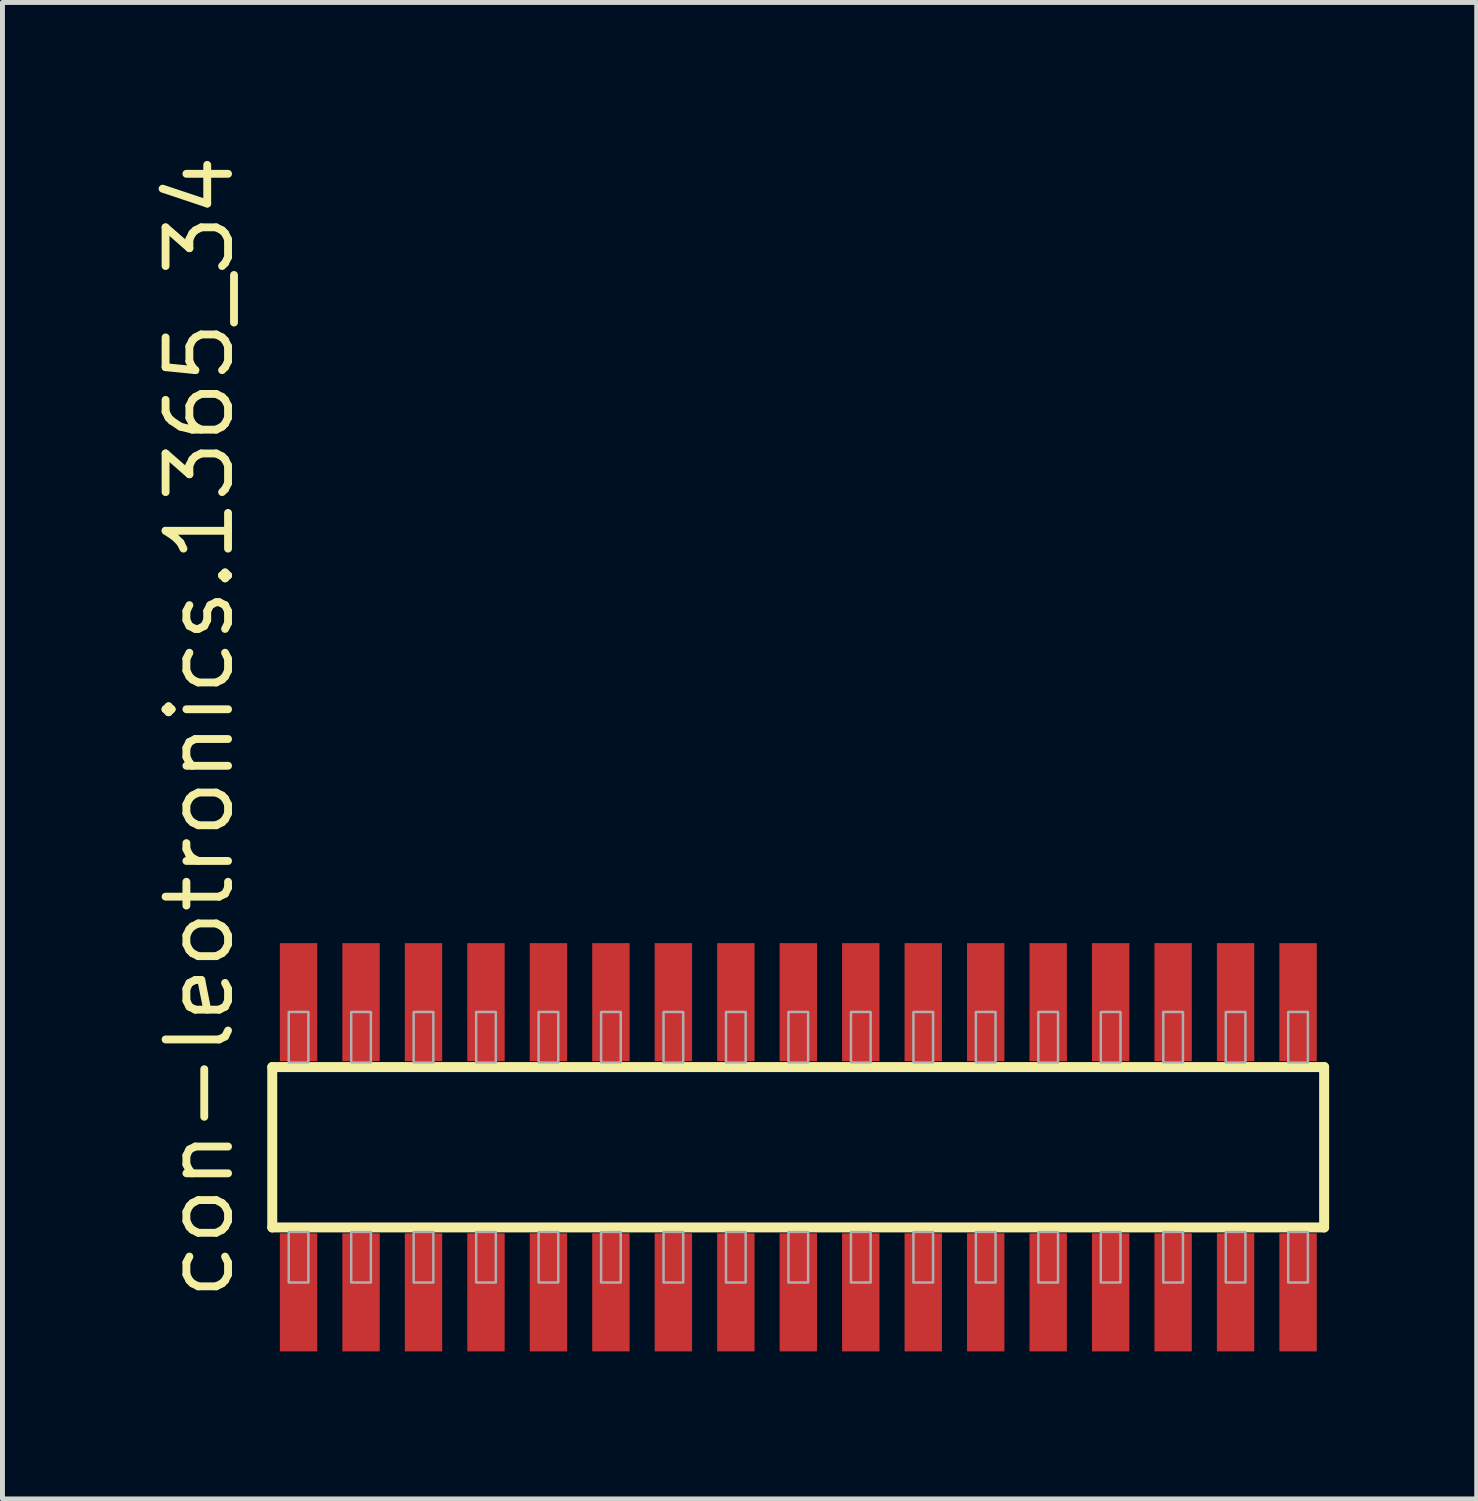
<source format=kicad_pcb>
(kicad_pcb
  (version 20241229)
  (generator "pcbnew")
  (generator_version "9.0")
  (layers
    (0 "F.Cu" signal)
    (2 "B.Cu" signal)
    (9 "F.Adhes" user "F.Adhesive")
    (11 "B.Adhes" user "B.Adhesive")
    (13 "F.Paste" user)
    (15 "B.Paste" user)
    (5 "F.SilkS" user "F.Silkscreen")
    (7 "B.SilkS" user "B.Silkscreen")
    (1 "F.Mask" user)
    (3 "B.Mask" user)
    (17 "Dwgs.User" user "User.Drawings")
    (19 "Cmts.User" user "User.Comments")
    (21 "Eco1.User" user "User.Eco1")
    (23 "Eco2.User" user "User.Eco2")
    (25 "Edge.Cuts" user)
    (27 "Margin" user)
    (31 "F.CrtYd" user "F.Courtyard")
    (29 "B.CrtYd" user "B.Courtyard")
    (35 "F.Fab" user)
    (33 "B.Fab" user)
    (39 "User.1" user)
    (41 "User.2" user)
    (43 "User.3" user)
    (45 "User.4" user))
  (footprint "con-leotronics.1365_34"
    (layer "F.Cu")
    (at 13.18 20.274)
    (property "Reference" "con-leotronics.1365_34" (at -11.43 3.175 90) (layer "F.SilkS") (effects (font (size 1.27 1.27) (thickness 0.16)) (justify left bottom)))
    (attr smd)
    (fp_line (start -10.695 -1.63) (end 10.69 -1.63) (stroke (width 0.203) (type default)) (layer "F.SilkS"))
    (fp_line (start -10.695 1.63) (end -10.695 -1.63) (stroke (width 0.203) (type default)) (layer "F.SilkS"))
    (fp_line (start 10.69 -1.63) (end 10.69 1.63) (stroke (width 0.203) (type default)) (layer "F.SilkS"))
    (fp_line (start 10.69 1.63) (end -10.695 1.63) (stroke (width 0.203) (type default)) (layer "F.SilkS"))
    (fp_rect (start -10.36 -1.725) (end -9.96 -2.75) (stroke (width 0.05) (type default)) (fill no) (layer "F.Fab"))
    (fp_rect (start -10.36 2.75) (end -9.96 1.725) (stroke (width 0.05) (type default)) (fill no) (layer "F.Fab"))
    (fp_rect (start -9.09 -1.725) (end -8.69 -2.75) (stroke (width 0.05) (type default)) (fill no) (layer "F.Fab"))
    (fp_rect (start -9.09 2.75) (end -8.69 1.725) (stroke (width 0.05) (type default)) (fill no) (layer "F.Fab"))
    (fp_rect (start -7.82 -1.725) (end -7.42 -2.75) (stroke (width 0.05) (type default)) (fill no) (layer "F.Fab"))
    (fp_rect (start -7.82 2.75) (end -7.42 1.725) (stroke (width 0.05) (type default)) (fill no) (layer "F.Fab"))
    (fp_rect (start -6.55 -1.725) (end -6.15 -2.75) (stroke (width 0.05) (type default)) (fill no) (layer "F.Fab"))
    (fp_rect (start -6.55 2.75) (end -6.15 1.725) (stroke (width 0.05) (type default)) (fill no) (layer "F.Fab"))
    (fp_rect (start -5.28 -1.725) (end -4.88 -2.75) (stroke (width 0.05) (type default)) (fill no) (layer "F.Fab"))
    (fp_rect (start -5.28 2.75) (end -4.88 1.725) (stroke (width 0.05) (type default)) (fill no) (layer "F.Fab"))
    (fp_rect (start -4.01 -1.725) (end -3.61 -2.75) (stroke (width 0.05) (type default)) (fill no) (layer "F.Fab"))
    (fp_rect (start -4.01 2.75) (end -3.61 1.725) (stroke (width 0.05) (type default)) (fill no) (layer "F.Fab"))
    (fp_rect (start -2.74 -1.725) (end -2.34 -2.75) (stroke (width 0.05) (type default)) (fill no) (layer "F.Fab"))
    (fp_rect (start -2.74 2.75) (end -2.34 1.725) (stroke (width 0.05) (type default)) (fill no) (layer "F.Fab"))
    (fp_rect (start -1.47 -1.725) (end -1.07 -2.75) (stroke (width 0.05) (type default)) (fill no) (layer "F.Fab"))
    (fp_rect (start -1.47 2.75) (end -1.07 1.725) (stroke (width 0.05) (type default)) (fill no) (layer "F.Fab"))
    (fp_rect (start -0.2 -1.725) (end 0.2 -2.75) (stroke (width 0.05) (type default)) (fill no) (layer "F.Fab"))
    (fp_rect (start -0.2 2.75) (end 0.2 1.725) (stroke (width 0.05) (type default)) (fill no) (layer "F.Fab"))
    (fp_rect (start 1.07 -1.725) (end 1.47 -2.75) (stroke (width 0.05) (type default)) (fill no) (layer "F.Fab"))
    (fp_rect (start 1.07 2.75) (end 1.47 1.725) (stroke (width 0.05) (type default)) (fill no) (layer "F.Fab"))
    (fp_rect (start 2.34 -1.725) (end 2.74 -2.75) (stroke (width 0.05) (type default)) (fill no) (layer "F.Fab"))
    (fp_rect (start 2.34 2.75) (end 2.74 1.725) (stroke (width 0.05) (type default)) (fill no) (layer "F.Fab"))
    (fp_rect (start 3.61 -1.725) (end 4.01 -2.75) (stroke (width 0.05) (type default)) (fill no) (layer "F.Fab"))
    (fp_rect (start 3.61 2.75) (end 4.01 1.725) (stroke (width 0.05) (type default)) (fill no) (layer "F.Fab"))
    (fp_rect (start 4.88 -1.725) (end 5.28 -2.75) (stroke (width 0.05) (type default)) (fill no) (layer "F.Fab"))
    (fp_rect (start 4.88 2.75) (end 5.28 1.725) (stroke (width 0.05) (type default)) (fill no) (layer "F.Fab"))
    (fp_rect (start 6.15 -1.725) (end 6.55 -2.75) (stroke (width 0.05) (type default)) (fill no) (layer "F.Fab"))
    (fp_rect (start 6.15 2.75) (end 6.55 1.725) (stroke (width 0.05) (type default)) (fill no) (layer "F.Fab"))
    (fp_rect (start 7.42 -1.725) (end 7.82 -2.75) (stroke (width 0.05) (type default)) (fill no) (layer "F.Fab"))
    (fp_rect (start 7.42 2.75) (end 7.82 1.725) (stroke (width 0.05) (type default)) (fill no) (layer "F.Fab"))
    (fp_rect (start 8.69 -1.725) (end 9.09 -2.75) (stroke (width 0.05) (type default)) (fill no) (layer "F.Fab"))
    (fp_rect (start 8.69 2.75) (end 9.09 1.725) (stroke (width 0.05) (type default)) (fill no) (layer "F.Fab"))
    (fp_rect (start 9.96 -1.725) (end 10.36 -2.75) (stroke (width 0.05) (type default)) (fill no) (layer "F.Fab"))
    (fp_rect (start 9.96 2.75) (end 10.36 1.725) (stroke (width 0.05) (type default)) (fill no) (layer "F.Fab"))
    (pad "1" smd roundrect (at -10.16 2.95) (size 0.76 2.4) (layers "F.Cu" "F.Mask" "F.Paste") (roundrect_rratio 0.01))
    (pad "2" smd roundrect (at -10.16 -2.95) (size 0.76 2.4) (layers "F.Cu" "F.Mask" "F.Paste") (roundrect_rratio 0.01))
    (pad "3" smd roundrect (at -8.89 2.95) (size 0.76 2.4) (layers "F.Cu" "F.Mask" "F.Paste") (roundrect_rratio 0.01))
    (pad "4" smd roundrect (at -8.89 -2.95) (size 0.76 2.4) (layers "F.Cu" "F.Mask" "F.Paste") (roundrect_rratio 0.01))
    (pad "5" smd roundrect (at -7.62 2.95) (size 0.76 2.4) (layers "F.Cu" "F.Mask" "F.Paste") (roundrect_rratio 0.01))
    (pad "6" smd roundrect (at -7.62 -2.95) (size 0.76 2.4) (layers "F.Cu" "F.Mask" "F.Paste") (roundrect_rratio 0.01))
    (pad "7" smd roundrect (at -6.35 2.95) (size 0.76 2.4) (layers "F.Cu" "F.Mask" "F.Paste") (roundrect_rratio 0.01))
    (pad "8" smd roundrect (at -6.35 -2.95) (size 0.76 2.4) (layers "F.Cu" "F.Mask" "F.Paste") (roundrect_rratio 0.01))
    (pad "9" smd roundrect (at -5.08 2.95) (size 0.76 2.4) (layers "F.Cu" "F.Mask" "F.Paste") (roundrect_rratio 0.01))
    (pad "10" smd roundrect (at -5.08 -2.95) (size 0.76 2.4) (layers "F.Cu" "F.Mask" "F.Paste") (roundrect_rratio 0.01))
    (pad "11" smd roundrect (at -3.81 2.95) (size 0.76 2.4) (layers "F.Cu" "F.Mask" "F.Paste") (roundrect_rratio 0.01))
    (pad "12" smd roundrect (at -3.81 -2.95) (size 0.76 2.4) (layers "F.Cu" "F.Mask" "F.Paste") (roundrect_rratio 0.01))
    (pad "13" smd roundrect (at -2.54 2.95) (size 0.76 2.4) (layers "F.Cu" "F.Mask" "F.Paste") (roundrect_rratio 0.01))
    (pad "14" smd roundrect (at -2.54 -2.95) (size 0.76 2.4) (layers "F.Cu" "F.Mask" "F.Paste") (roundrect_rratio 0.01))
    (pad "15" smd roundrect (at -1.27 2.95) (size 0.76 2.4) (layers "F.Cu" "F.Mask" "F.Paste") (roundrect_rratio 0.01))
    (pad "16" smd roundrect (at -1.27 -2.95) (size 0.76 2.4) (layers "F.Cu" "F.Mask" "F.Paste") (roundrect_rratio 0.01))
    (pad "17" smd roundrect (at 0 2.95) (size 0.76 2.4) (layers "F.Cu" "F.Mask" "F.Paste") (roundrect_rratio 0.01))
    (pad "18" smd roundrect (at 0 -2.95) (size 0.76 2.4) (layers "F.Cu" "F.Mask" "F.Paste") (roundrect_rratio 0.01))
    (pad "19" smd roundrect (at 1.27 2.95) (size 0.76 2.4) (layers "F.Cu" "F.Mask" "F.Paste") (roundrect_rratio 0.01))
    (pad "20" smd roundrect (at 1.27 -2.95) (size 0.76 2.4) (layers "F.Cu" "F.Mask" "F.Paste") (roundrect_rratio 0.01))
    (pad "21" smd roundrect (at 2.54 2.95) (size 0.76 2.4) (layers "F.Cu" "F.Mask" "F.Paste") (roundrect_rratio 0.01))
    (pad "22" smd roundrect (at 2.54 -2.95) (size 0.76 2.4) (layers "F.Cu" "F.Mask" "F.Paste") (roundrect_rratio 0.01))
    (pad "23" smd roundrect (at 3.81 2.95) (size 0.76 2.4) (layers "F.Cu" "F.Mask" "F.Paste") (roundrect_rratio 0.01))
    (pad "24" smd roundrect (at 3.81 -2.95) (size 0.76 2.4) (layers "F.Cu" "F.Mask" "F.Paste") (roundrect_rratio 0.01))
    (pad "25" smd roundrect (at 5.08 2.95) (size 0.76 2.4) (layers "F.Cu" "F.Mask" "F.Paste") (roundrect_rratio 0.01))
    (pad "26" smd roundrect (at 5.08 -2.95) (size 0.76 2.4) (layers "F.Cu" "F.Mask" "F.Paste") (roundrect_rratio 0.01))
    (pad "27" smd roundrect (at 6.35 2.95) (size 0.76 2.4) (layers "F.Cu" "F.Mask" "F.Paste") (roundrect_rratio 0.01))
    (pad "28" smd roundrect (at 6.35 -2.95) (size 0.76 2.4) (layers "F.Cu" "F.Mask" "F.Paste") (roundrect_rratio 0.01))
    (pad "29" smd roundrect (at 7.62 2.95) (size 0.76 2.4) (layers "F.Cu" "F.Mask" "F.Paste") (roundrect_rratio 0.01))
    (pad "30" smd roundrect (at 7.62 -2.95) (size 0.76 2.4) (layers "F.Cu" "F.Mask" "F.Paste") (roundrect_rratio 0.01))
    (pad "31" smd roundrect (at 8.89 2.95) (size 0.76 2.4) (layers "F.Cu" "F.Mask" "F.Paste") (roundrect_rratio 0.01))
    (pad "32" smd roundrect (at 8.89 -2.95) (size 0.76 2.4) (layers "F.Cu" "F.Mask" "F.Paste") (roundrect_rratio 0.01))
    (pad "33" smd roundrect (at 10.16 2.95) (size 0.76 2.4) (layers "F.Cu" "F.Mask" "F.Paste") (roundrect_rratio 0.01))
    (pad "34" smd roundrect (at 10.16 -2.95) (size 0.76 2.4) (layers "F.Cu" "F.Mask" "F.Paste") (roundrect_rratio 0.01)))
  (gr_rect
    (start -3 -3)
    (end 26.972 27.424)
    (stroke (width 0.1) (type default))
    (fill no)
    (layer "Edge.Cuts")))
</source>
